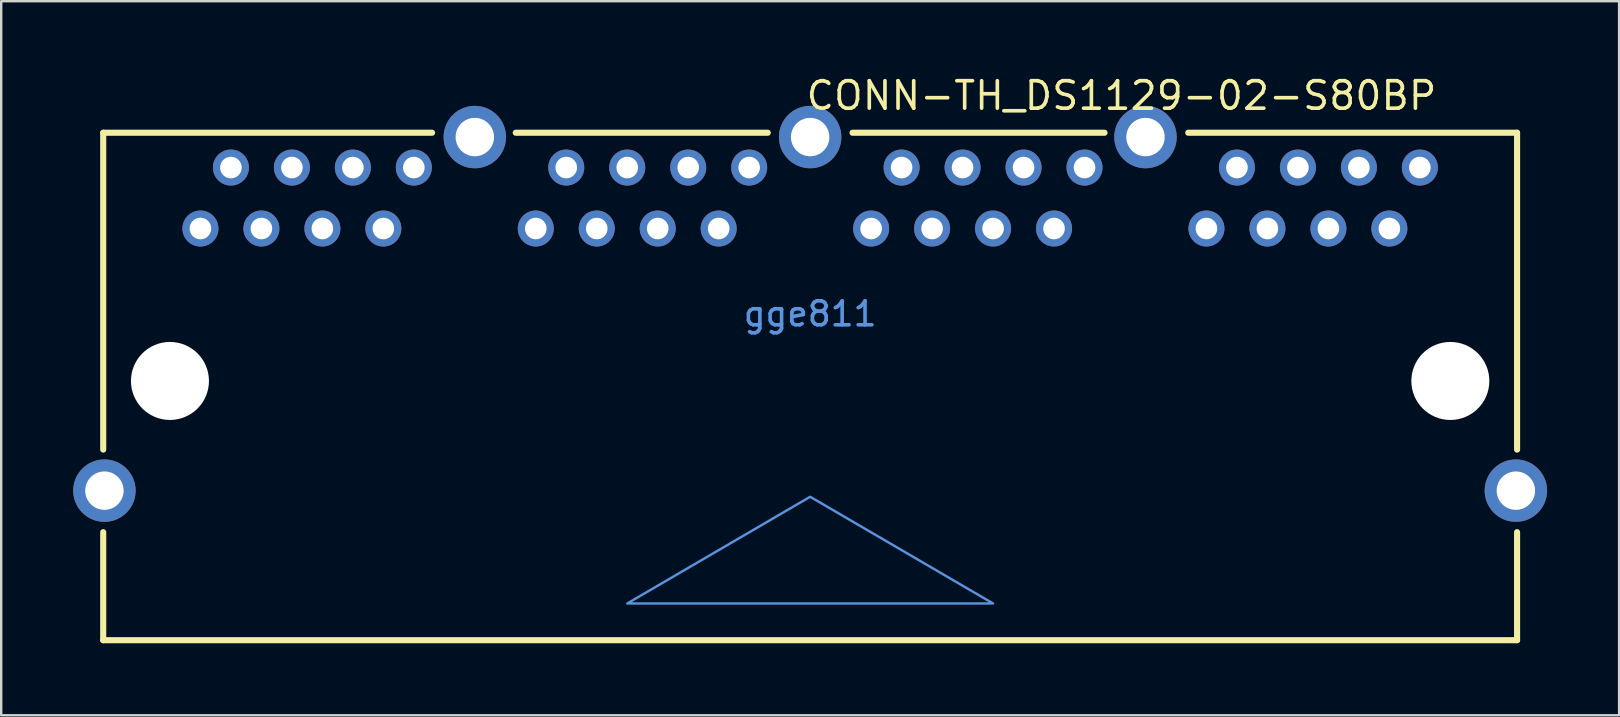
<source format=kicad_pcb>
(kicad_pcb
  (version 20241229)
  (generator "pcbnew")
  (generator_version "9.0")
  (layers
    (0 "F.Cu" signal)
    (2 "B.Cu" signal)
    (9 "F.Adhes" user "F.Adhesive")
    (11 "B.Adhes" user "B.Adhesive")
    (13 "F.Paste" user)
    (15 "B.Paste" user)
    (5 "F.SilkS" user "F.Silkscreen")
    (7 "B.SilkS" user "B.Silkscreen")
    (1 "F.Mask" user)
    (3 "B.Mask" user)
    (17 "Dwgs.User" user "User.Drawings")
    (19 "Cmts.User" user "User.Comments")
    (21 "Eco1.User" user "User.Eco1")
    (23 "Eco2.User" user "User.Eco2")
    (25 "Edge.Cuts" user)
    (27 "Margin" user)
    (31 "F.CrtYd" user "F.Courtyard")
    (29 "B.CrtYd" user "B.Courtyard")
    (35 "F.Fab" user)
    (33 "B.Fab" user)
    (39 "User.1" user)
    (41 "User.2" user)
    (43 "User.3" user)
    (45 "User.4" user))
  (footprint "CONN-TH_DS1129-02-S80BP"
    (layer "F.Cu")
    (at 30.7 10.025)
    (property "Reference" "CONN-TH_DS1129-02-S80BP" (at -0.249 -9.09 0) (layer "F.SilkS") (effects (font (size 1.143 1.143) (thickness 0.152)) (justify left)))
    (attr through_hole)
    (fp_line (start -29.45 -7.545) (end -15.75 -7.545) (stroke (width 0.254) (type solid)) (layer "F.SilkS"))
    (fp_line (start -29.45 5.655) (end -29.45 -7.545) (stroke (width 0.254) (type solid)) (layer "F.SilkS"))
    (fp_line (start -29.45 13.595) (end -29.45 9.095) (stroke (width 0.254) (type solid)) (layer "F.SilkS"))
    (fp_line (start -29.45 13.595) (end 29.45 13.595) (stroke (width 0.254) (type solid)) (layer "F.SilkS"))
    (fp_line (start -12.265 -7.545) (end -1.765 -7.545) (stroke (width 0.254) (type solid)) (layer "F.SilkS"))
    (fp_line (start 1.765 -7.545) (end 12.265 -7.545) (stroke (width 0.254) (type solid)) (layer "F.SilkS"))
    (fp_line (start 15.75 -7.545) (end 29.45 -7.545) (stroke (width 0.254) (type solid)) (layer "F.SilkS"))
    (fp_line (start 29.45 5.655) (end 29.45 -7.545) (stroke (width 0.254) (type solid)) (layer "F.SilkS"))
    (fp_line (start 29.45 13.595) (end 29.45 9.095) (stroke (width 0.254) (type solid)) (layer "F.SilkS"))
    (fp_circle (center -26.67 2.795) (end -25.92 2.795) (stroke (width 1.5) (type solid)) (fill no) (layer "Cmts.User"))
    (fp_circle (center 26.67 2.795) (end 27.42 2.795) (stroke (width 1.5) (type solid)) (fill no) (layer "Cmts.User"))
    (fp_poly (pts (xy 0 7.62) (xy -7.62 12.065) (xy 7.62 12.065)) (stroke (width 0.1) (type solid)) (fill no) (layer "Cmts.User"))
    (fp_text user "gge811" (at 0 0 0) (layer "Cmts.User") (effects (font (size 1 1) (thickness 0.15))))
    (pad "" np_thru_hole circle (at -26.67 2.795) (size 3.25 3.25) (drill 3.25) (layers "*.Cu" "*.Mask"))
    (pad "" np_thru_hole circle (at 26.67 2.795) (size 3.25 3.25) (drill 3.25) (layers "*.Cu" "*.Mask"))
    (pad "A1" thru_hole circle (at -25.4 -3.555 180) (size 1.5 1.5) (drill 0.9) (layers "*.Cu" "*.Paste" "*.Mask"))
    (pad "A2" thru_hole circle (at -24.13 -6.095 180) (size 1.5 1.5) (drill 0.9) (layers "*.Cu" "*.Paste" "*.Mask"))
    (pad "A3" thru_hole circle (at -22.86 -3.555 180) (size 1.5 1.5) (drill 0.9) (layers "*.Cu" "*.Paste" "*.Mask"))
    (pad "A4" thru_hole circle (at -21.59 -6.095 180) (size 1.5 1.5) (drill 0.9) (layers "*.Cu" "*.Paste" "*.Mask"))
    (pad "A5" thru_hole circle (at -20.32 -3.555 180) (size 1.5 1.5) (drill 0.9) (layers "*.Cu" "*.Paste" "*.Mask"))
    (pad "A6" thru_hole circle (at -19.05 -6.095 180) (size 1.5 1.5) (drill 0.9) (layers "*.Cu" "*.Paste" "*.Mask"))
    (pad "A7" thru_hole circle (at -17.78 -3.555 180) (size 1.5 1.5) (drill 0.9) (layers "*.Cu" "*.Paste" "*.Mask"))
    (pad "A8" thru_hole circle (at -16.51 -6.095 180) (size 1.5 1.5) (drill 0.9) (layers "*.Cu" "*.Paste" "*.Mask"))
    (pad "B1" thru_hole circle (at -11.43 -3.555 180) (size 1.5 1.5) (drill 0.9) (layers "*.Cu" "*.Paste" "*.Mask"))
    (pad "B2" thru_hole circle (at -10.16 -6.095 180) (size 1.5 1.5) (drill 0.9) (layers "*.Cu" "*.Paste" "*.Mask"))
    (pad "B3" thru_hole circle (at -8.89 -3.555 180) (size 1.5 1.5) (drill 0.9) (layers "*.Cu" "*.Paste" "*.Mask"))
    (pad "B4" thru_hole circle (at -7.62 -6.095 180) (size 1.5 1.5) (drill 0.9) (layers "*.Cu" "*.Paste" "*.Mask"))
    (pad "B5" thru_hole circle (at -6.35 -3.555 180) (size 1.5 1.5) (drill 0.9) (layers "*.Cu" "*.Paste" "*.Mask"))
    (pad "B6" thru_hole circle (at -5.08 -6.095 180) (size 1.5 1.5) (drill 0.9) (layers "*.Cu" "*.Paste" "*.Mask"))
    (pad "B7" thru_hole circle (at -3.81 -3.555 180) (size 1.5 1.5) (drill 0.9) (layers "*.Cu" "*.Paste" "*.Mask"))
    (pad "B8" thru_hole circle (at -2.54 -6.095 180) (size 1.5 1.5) (drill 0.9) (layers "*.Cu" "*.Paste" "*.Mask"))
    (pad "C1" thru_hole circle (at 2.54 -3.555 180) (size 1.5 1.5) (drill 0.9) (layers "*.Cu" "*.Paste" "*.Mask"))
    (pad "C2" thru_hole circle (at 3.81 -6.095 180) (size 1.5 1.5) (drill 0.9) (layers "*.Cu" "*.Paste" "*.Mask"))
    (pad "C3" thru_hole circle (at 5.08 -3.555 180) (size 1.5 1.5) (drill 0.9) (layers "*.Cu" "*.Paste" "*.Mask"))
    (pad "C4" thru_hole circle (at 6.35 -6.095 180) (size 1.5 1.5) (drill 0.9) (layers "*.Cu" "*.Paste" "*.Mask"))
    (pad "C5" thru_hole circle (at 7.62 -3.555 180) (size 1.5 1.5) (drill 0.9) (layers "*.Cu" "*.Paste" "*.Mask"))
    (pad "C6" thru_hole circle (at 8.89 -6.095 180) (size 1.5 1.5) (drill 0.9) (layers "*.Cu" "*.Paste" "*.Mask"))
    (pad "C7" thru_hole circle (at 10.16 -3.555 180) (size 1.5 1.5) (drill 0.9) (layers "*.Cu" "*.Paste" "*.Mask"))
    (pad "C8" thru_hole circle (at 11.43 -6.095 180) (size 1.5 1.5) (drill 0.9) (layers "*.Cu" "*.Paste" "*.Mask"))
    (pad "D1" thru_hole circle (at 16.51 -3.555 180) (size 1.5 1.5) (drill 0.9) (layers "*.Cu" "*.Paste" "*.Mask"))
    (pad "D2" thru_hole circle (at 17.78 -6.095 180) (size 1.5 1.5) (drill 0.9) (layers "*.Cu" "*.Paste" "*.Mask"))
    (pad "D3" thru_hole circle (at 19.05 -3.555 180) (size 1.5 1.5) (drill 0.9) (layers "*.Cu" "*.Paste" "*.Mask"))
    (pad "D4" thru_hole circle (at 20.32 -6.095 180) (size 1.5 1.5) (drill 0.9) (layers "*.Cu" "*.Paste" "*.Mask"))
    (pad "D5" thru_hole circle (at 21.59 -3.555 180) (size 1.5 1.5) (drill 0.9) (layers "*.Cu" "*.Paste" "*.Mask"))
    (pad "D6" thru_hole circle (at 22.86 -6.095 180) (size 1.5 1.5) (drill 0.9) (layers "*.Cu" "*.Paste" "*.Mask"))
    (pad "D7" thru_hole circle (at 24.13 -3.555 180) (size 1.5 1.5) (drill 0.9) (layers "*.Cu" "*.Paste" "*.Mask"))
    (pad "D8" thru_hole circle (at 25.4 -6.095 180) (size 1.5 1.5) (drill 0.9) (layers "*.Cu" "*.Paste" "*.Mask"))
    (pad "EH" thru_hole circle (at -29.4 7.365 180) (size 2.6 2.6) (drill 1.6) (layers "*.Cu" "*.Paste" "*.Mask"))
    (pad "EH" thru_hole circle (at -13.97 -7.365 180) (size 2.6 2.6) (drill 1.6) (layers "*.Cu" "*.Paste" "*.Mask"))
    (pad "EH" thru_hole circle (at 0 -7.365 180) (size 2.6 2.6) (drill 1.6) (layers "*.Cu" "*.Paste" "*.Mask"))
    (pad "EH" thru_hole circle (at 13.97 -7.365 180) (size 2.6 2.6) (drill 1.6) (layers "*.Cu" "*.Paste" "*.Mask"))
    (pad "EH" thru_hole circle (at 29.4 7.365 180) (size 2.6 2.6) (drill 1.6) (layers "*.Cu" "*.Paste" "*.Mask")))
  (gr_rect
    (start -3 -3)
    (end 64.4 26.747)
    (stroke (width 0.1) (type default))
    (fill no)
    (layer "Edge.Cuts")))
</source>
